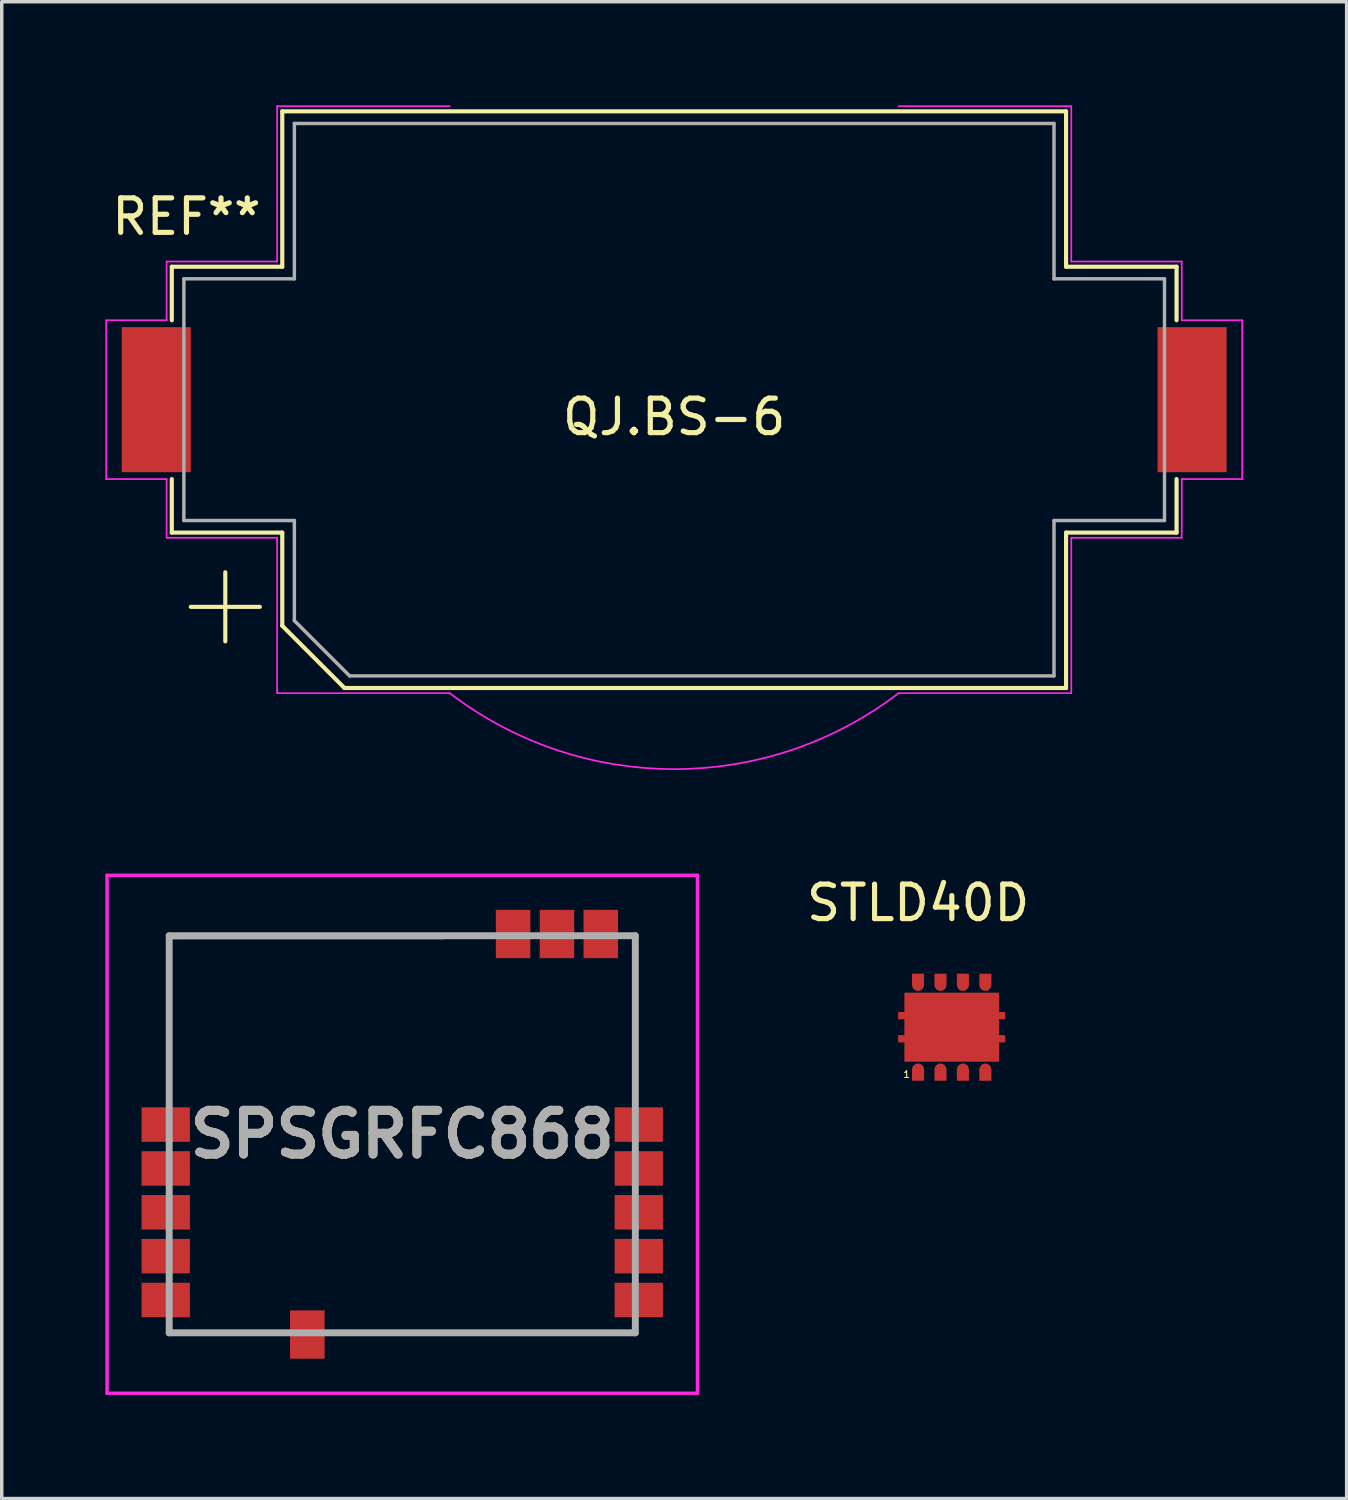
<source format=kicad_pcb>
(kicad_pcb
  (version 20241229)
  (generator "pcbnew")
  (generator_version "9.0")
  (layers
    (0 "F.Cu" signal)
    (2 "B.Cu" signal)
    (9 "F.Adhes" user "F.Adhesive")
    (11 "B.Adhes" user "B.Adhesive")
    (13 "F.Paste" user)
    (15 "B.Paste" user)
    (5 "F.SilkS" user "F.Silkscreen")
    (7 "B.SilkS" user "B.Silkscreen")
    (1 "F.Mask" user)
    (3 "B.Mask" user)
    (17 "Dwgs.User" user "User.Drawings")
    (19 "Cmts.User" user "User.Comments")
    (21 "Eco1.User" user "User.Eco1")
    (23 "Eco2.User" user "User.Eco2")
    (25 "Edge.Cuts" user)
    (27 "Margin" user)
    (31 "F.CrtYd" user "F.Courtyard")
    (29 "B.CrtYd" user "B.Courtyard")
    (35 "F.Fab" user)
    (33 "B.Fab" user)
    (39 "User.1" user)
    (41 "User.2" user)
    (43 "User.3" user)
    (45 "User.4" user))
  (footprint "STLD40D"
    (layer "F.Cu")
    (at 23.537 25.474)
    (property "Reference" "STLD40D" (at 0.003 -2.375 0) (layer "F.SilkS") (effects (font (size 1 1) (thickness 0.15))))
    (attr through_hole)
    (fp_text user "1" (at -0.33 2.59 0) (layer "F.SilkS") (effects (font (size 0.2 0.2) (thickness 0.03))))
    (pad "1" smd custom (at 0 2.45) (size 0.35 0.35) (layers "F.Cu" "F.Mask" "F.Paste") (options (anchor circle)) (primitives (gr_poly (pts (xy 0 0) (xy 0.175 0) (xy 0.175 0.325) (xy -0.175 0.325) (xy -0.175 0)) (width 0) (fill yes))))
    (pad "2" smd custom (at 0.65 2.45) (size 0.35 0.35) (layers "F.Cu" "F.Mask" "F.Paste") (options (anchor circle)) (primitives (gr_poly (pts (xy 0 0) (xy 0.175 0) (xy 0.175 0.325) (xy -0.175 0.325) (xy -0.175 0)) (width 0) (fill yes))))
    (pad "3" smd custom (at 1.3 2.45) (size 0.35 0.35) (layers "F.Cu" "F.Mask" "F.Paste") (options (anchor circle)) (primitives (gr_poly (pts (xy 0 0) (xy 0.175 0) (xy 0.175 0.325) (xy -0.175 0.325) (xy -0.175 0)) (width 0) (fill yes))))
    (pad "4" smd custom (at 1.95 2.45) (size 0.35 0.35) (layers "F.Cu" "F.Mask" "F.Paste") (options (anchor circle)) (primitives (gr_poly (pts (xy 0 0) (xy 0.175 0) (xy 0.175 0.325) (xy -0.175 0.325) (xy -0.175 0)) (width 0) (fill yes))))
    (pad "5" smd custom (at 1.95 0 180) (size 0.35 0.35) (layers "F.Cu" "F.Mask" "F.Paste") (options (anchor circle)) (primitives (gr_poly (pts (xy 0 0) (xy 0.175 0) (xy 0.175 0.325) (xy -0.175 0.325) (xy -0.175 0)) (width 0) (fill yes))))
    (pad "6" smd custom (at 1.3 0 180) (size 0.35 0.35) (layers "F.Cu" "F.Mask" "F.Paste") (options (anchor circle)) (primitives (gr_poly (pts (xy 0 0) (xy 0.175 0) (xy 0.175 0.325) (xy -0.175 0.325) (xy -0.175 0)) (width 0) (fill yes))))
    (pad "7" smd custom (at 0.65 0 180) (size 0.35 0.35) (layers "F.Cu" "F.Mask" "F.Paste") (options (anchor circle)) (primitives (gr_poly (pts (xy 0 0) (xy 0.175 0) (xy 0.175 0.325) (xy -0.175 0.325) (xy -0.175 0)) (width 0) (fill yes))))
    (pad "8" smd custom (at 0 0 180) (size 0.35 0.35) (layers "F.Cu" "F.Mask" "F.Paste") (options (anchor circle)) (primitives (gr_poly (pts (xy 0 0) (xy 0.175 0) (xy 0.175 0.325) (xy -0.175 0.325) (xy -0.175 0)) (width 0) (fill yes))))
    (pad "9" smd custom (at 0.975 1.225) (size 0.9 0.9) (layers "F.Cu" "F.Mask" "F.Paste") (options (anchor rect)) (primitives (gr_poly (pts (xy 1.37 -1) (xy 1.37 -0.44) (xy 1.55 -0.44) (xy 1.55 -0.23) (xy 1.37 -0.23) (xy 1.37 0) (xy 1.37 0.23) (xy 1.55 0.23) (xy 1.55 0.44) (xy 1.37 0.44) (xy 1.37 1) (xy -1.37 1) (xy -1.37 0.44) (xy -1.55 0.44) (xy -1.55 0.23) (xy -1.37 0.23) (xy -1.37 -0.23) (xy -1.55 -0.23) (xy -1.55 -0.44) (xy -1.37 -0.44) (xy -1.37 -1)) (width 0) (fill yes)))))
  (footprint "SPSGRFC868"
    (layer "F.Cu")
    (at 8.6 29.8)
    (property "Reference" "SPSGRFC868" (at 0 0 0) (layer "F.SilkS") (effects (font (size 1.27 1.27) (thickness 0.254))))
    (attr smd)
    (fp_line (start -6.75 -5.7) (end -6.75 -1.8) (stroke (width 0.1) (type solid)) (layer "F.SilkS"))
    (fp_line (start -6.6 5.75) (end -3.9 5.75) (stroke (width 0.1) (type solid)) (layer "F.SilkS"))
    (fp_line (start -1.8 5.75) (end 6.75 5.75) (stroke (width 0.1) (type solid)) (layer "F.SilkS"))
    (fp_line (start 1.2 -5.7) (end -6.75 -5.7) (stroke (width 0.1) (type solid)) (layer "F.SilkS"))
    (fp_line (start 6.75 -1.5) (end 6.75 -5.1) (stroke (width 0.1) (type solid)) (layer "F.SilkS"))
    (fp_line (start -8.55 -7.5) (end 8.55 -7.5) (stroke (width 0.1) (type solid)) (layer "F.CrtYd"))
    (fp_line (start -8.55 7.5) (end -8.55 -7.5) (stroke (width 0.1) (type solid)) (layer "F.CrtYd"))
    (fp_line (start 8.55 -7.5) (end 8.55 7.5) (stroke (width 0.1) (type solid)) (layer "F.CrtYd"))
    (fp_line (start 8.55 7.5) (end -8.55 7.5) (stroke (width 0.1) (type solid)) (layer "F.CrtYd"))
    (fp_line (start -6.75 -5.75) (end 6.75 -5.75) (stroke (width 0.2) (type solid)) (layer "F.Fab"))
    (fp_line (start -6.75 5.75) (end -6.75 -5.75) (stroke (width 0.2) (type solid)) (layer "F.Fab"))
    (fp_line (start 6.75 -5.75) (end 6.75 5.75) (stroke (width 0.2) (type solid)) (layer "F.Fab"))
    (fp_line (start 6.75 5.75) (end -6.75 5.75) (stroke (width 0.2) (type solid)) (layer "F.Fab"))
    (fp_text user "${REFERENCE}" (at 0 0 0) (layer "F.Fab") (effects (font (size 1.27 1.27) (thickness 0.254))))
    (pad "1" smd rect (at -6.85 -0.28 90) (size 1 1.4) (layers "F.Cu" "F.Mask" "F.Paste"))
    (pad "2" smd rect (at -6.85 0.99 90) (size 1 1.4) (layers "F.Cu" "F.Mask" "F.Paste"))
    (pad "3" smd rect (at -6.85 2.26 90) (size 1 1.4) (layers "F.Cu" "F.Mask" "F.Paste"))
    (pad "4" smd rect (at -6.85 3.53 90) (size 1 1.4) (layers "F.Cu" "F.Mask" "F.Paste"))
    (pad "5" smd rect (at -6.85 4.8 90) (size 1 1.4) (layers "F.Cu" "F.Mask" "F.Paste"))
    (pad "6" smd rect (at -2.75 5.8) (size 1 1.4) (layers "F.Cu" "F.Mask" "F.Paste"))
    (pad "7" smd rect (at 6.85 4.8 90) (size 1 1.4) (layers "F.Cu" "F.Mask" "F.Paste"))
    (pad "8" smd rect (at 6.85 3.53 90) (size 1 1.4) (layers "F.Cu" "F.Mask" "F.Paste"))
    (pad "9" smd rect (at 6.85 2.26 90) (size 1 1.4) (layers "F.Cu" "F.Mask" "F.Paste"))
    (pad "10" smd rect (at 6.85 0.99 90) (size 1 1.4) (layers "F.Cu" "F.Mask" "F.Paste"))
    (pad "11" smd rect (at 6.85 -0.28 90) (size 1 1.4) (layers "F.Cu" "F.Mask" "F.Paste"))
    (pad "12" smd rect (at 5.75 -5.8) (size 1 1.4) (layers "F.Cu" "F.Mask" "F.Paste"))
    (pad "13" smd rect (at 4.48 -5.8) (size 1 1.4) (layers "F.Cu" "F.Mask" "F.Paste"))
    (pad "14" smd rect (at 3.21 -5.8) (size 1 1.4) (layers "F.Cu" "F.Mask" "F.Paste")))
  (footprint "QJ.BS-6"
    (layer "F.Cu")
    (at 16.475 8.525)
    (property "Reference" "QJ.BS-6" (at 0 0.5 0) (layer "F.SilkS") (effects (font (size 1 1) (thickness 0.15))))
    (attr through_hole)
    (fp_line (start -14.55 -3.85) (end -14.55 -2.3) (stroke (width 0.12) (type solid)) (layer "F.SilkS"))
    (fp_line (start -14.55 3.85) (end -14.55 2.3) (stroke (width 0.12) (type solid)) (layer "F.SilkS"))
    (fp_line (start -13 5) (end -13 7) (stroke (width 0.12) (type solid)) (layer "F.SilkS"))
    (fp_line (start -12 6) (end -14 6) (stroke (width 0.12) (type solid)) (layer "F.SilkS"))
    (fp_line (start -11.35 -8.35) (end -11.35 -3.85) (stroke (width 0.12) (type solid)) (layer "F.SilkS"))
    (fp_line (start -11.35 -8.35) (end 11.35 -8.35) (stroke (width 0.12) (type solid)) (layer "F.SilkS"))
    (fp_line (start -11.35 -3.85) (end -14.55 -3.85) (stroke (width 0.12) (type solid)) (layer "F.SilkS"))
    (fp_line (start -11.35 3.85) (end -14.55 3.85) (stroke (width 0.12) (type solid)) (layer "F.SilkS"))
    (fp_line (start -11.35 6.55) (end -11.35 3.85) (stroke (width 0.12) (type solid)) (layer "F.SilkS"))
    (fp_line (start -9.55 8.35) (end -11.35 6.55) (stroke (width 0.12) (type solid)) (layer "F.SilkS"))
    (fp_line (start 11.35 -8.35) (end 11.35 -3.85) (stroke (width 0.12) (type solid)) (layer "F.SilkS"))
    (fp_line (start 11.35 -3.85) (end 14.55 -3.85) (stroke (width 0.12) (type solid)) (layer "F.SilkS"))
    (fp_line (start 11.35 3.85) (end 14.55 3.85) (stroke (width 0.12) (type solid)) (layer "F.SilkS"))
    (fp_line (start 11.35 8.35) (end -9.55 8.35) (stroke (width 0.12) (type solid)) (layer "F.SilkS"))
    (fp_line (start 11.35 8.35) (end 11.35 3.85) (stroke (width 0.12) (type solid)) (layer "F.SilkS"))
    (fp_line (start 14.55 -3.85) (end 14.55 -2.3) (stroke (width 0.12) (type solid)) (layer "F.SilkS"))
    (fp_line (start 14.55 3.85) (end 14.55 2.3) (stroke (width 0.12) (type solid)) (layer "F.SilkS"))
    (fp_line (start -16.45 2.3) (end -16.45 -2.3) (stroke (width 0.05) (type solid)) (layer "F.CrtYd"))
    (fp_line (start -14.7 -4) (end -11.5 -4) (stroke (width 0.05) (type solid)) (layer "F.CrtYd"))
    (fp_line (start -14.7 -2.3) (end -16.45 -2.3) (stroke (width 0.05) (type solid)) (layer "F.CrtYd"))
    (fp_line (start -14.7 -2.3) (end -14.7 -4) (stroke (width 0.05) (type solid)) (layer "F.CrtYd"))
    (fp_line (start -14.7 2.3) (end -16.45 2.3) (stroke (width 0.05) (type solid)) (layer "F.CrtYd"))
    (fp_line (start -14.7 4) (end -14.7 2.3) (stroke (width 0.05) (type solid)) (layer "F.CrtYd"))
    (fp_line (start -14.7 4) (end -11.5 4) (stroke (width 0.05) (type solid)) (layer "F.CrtYd"))
    (fp_line (start -11.5 -8.5) (end -6.5 -8.5) (stroke (width 0.05) (type solid)) (layer "F.CrtYd"))
    (fp_line (start -11.5 -4) (end -11.5 -8.5) (stroke (width 0.05) (type solid)) (layer "F.CrtYd"))
    (fp_line (start -11.5 4) (end -11.5 8.5) (stroke (width 0.05) (type solid)) (layer "F.CrtYd"))
    (fp_line (start -6.5 8.5) (end -11.5 8.5) (stroke (width 0.05) (type solid)) (layer "F.CrtYd"))
    (fp_line (start 11.5 -8.5) (end 6.5 -8.5) (stroke (width 0.05) (type solid)) (layer "F.CrtYd"))
    (fp_line (start 11.5 -8.5) (end 11.5 -4) (stroke (width 0.05) (type solid)) (layer "F.CrtYd"))
    (fp_line (start 11.5 -4) (end 14.7 -4) (stroke (width 0.05) (type solid)) (layer "F.CrtYd"))
    (fp_line (start 11.5 4) (end 11.5 8.5) (stroke (width 0.05) (type solid)) (layer "F.CrtYd"))
    (fp_line (start 11.5 8.5) (end 6.5 8.5) (stroke (width 0.05) (type solid)) (layer "F.CrtYd"))
    (fp_line (start 14.7 -4) (end 14.7 -2.3) (stroke (width 0.05) (type solid)) (layer "F.CrtYd"))
    (fp_line (start 14.7 -2.3) (end 16.45 -2.3) (stroke (width 0.05) (type solid)) (layer "F.CrtYd"))
    (fp_line (start 14.7 2.3) (end 14.7 4) (stroke (width 0.05) (type solid)) (layer "F.CrtYd"))
    (fp_line (start 14.7 4) (end 11.5 4) (stroke (width 0.05) (type solid)) (layer "F.CrtYd"))
    (fp_line (start 16.45 -2.3) (end 16.45 2.3) (stroke (width 0.05) (type solid)) (layer "F.CrtYd"))
    (fp_line (start 16.45 2.3) (end 14.7 2.3) (stroke (width 0.05) (type solid)) (layer "F.CrtYd"))
    (fp_arc (start 6.499999 8.5) (mid 0 10.700467) (end -6.5 8.5) (stroke (width 0.05) (type solid)) (layer "F.CrtYd"))
    (fp_line (start -14.2 -3.5) (end -11 -3.5) (stroke (width 0.1) (type solid)) (layer "F.Fab"))
    (fp_line (start -14.2 3.5) (end -14.2 -3.5) (stroke (width 0.1) (type solid)) (layer "F.Fab"))
    (fp_line (start -11 -8) (end -11 -3.5) (stroke (width 0.1) (type solid)) (layer "F.Fab"))
    (fp_line (start -11 3.5) (end -14.2 3.5) (stroke (width 0.1) (type solid)) (layer "F.Fab"))
    (fp_line (start -11 6.4) (end -11 3.5) (stroke (width 0.1) (type solid)) (layer "F.Fab"))
    (fp_line (start -9.4 8) (end -11 6.4) (stroke (width 0.1) (type solid)) (layer "F.Fab"))
    (fp_line (start 11 -8) (end -11 -8) (stroke (width 0.1) (type solid)) (layer "F.Fab"))
    (fp_line (start 11 -8) (end 11 -3.5) (stroke (width 0.1) (type solid)) (layer "F.Fab"))
    (fp_line (start 11 3.5) (end 14.2 3.5) (stroke (width 0.1) (type solid)) (layer "F.Fab"))
    (fp_line (start 11 8) (end -9.4 8) (stroke (width 0.1) (type solid)) (layer "F.Fab"))
    (fp_line (start 11 8) (end 11 3.5) (stroke (width 0.1) (type solid)) (layer "F.Fab"))
    (fp_line (start 14.2 -3.5) (end 11 -3.5) (stroke (width 0.1) (type solid)) (layer "F.Fab"))
    (fp_line (start 14.2 3.5) (end 14.2 -3.5) (stroke (width 0.1) (type solid)) (layer "F.Fab"))
    (fp_text user "REF**" (at -14.125 -5.3 0) (layer "F.SilkS") (effects (font (size 1 1) (thickness 0.15))))
    (pad "1" smd rect (at -15 0 180) (size 2 4.2) (layers "F.Cu" "F.Mask" "F.Paste"))
    (pad "2" smd rect (at 15 0 180) (size 2 4.2) (layers "F.Cu" "F.Mask" "F.Paste")))
  (gr_rect
    (start -3 -3)
    (end 35.95 40.35)
    (stroke (width 0.1) (type default))
    (fill no)
    (layer "Edge.Cuts")))
</source>
